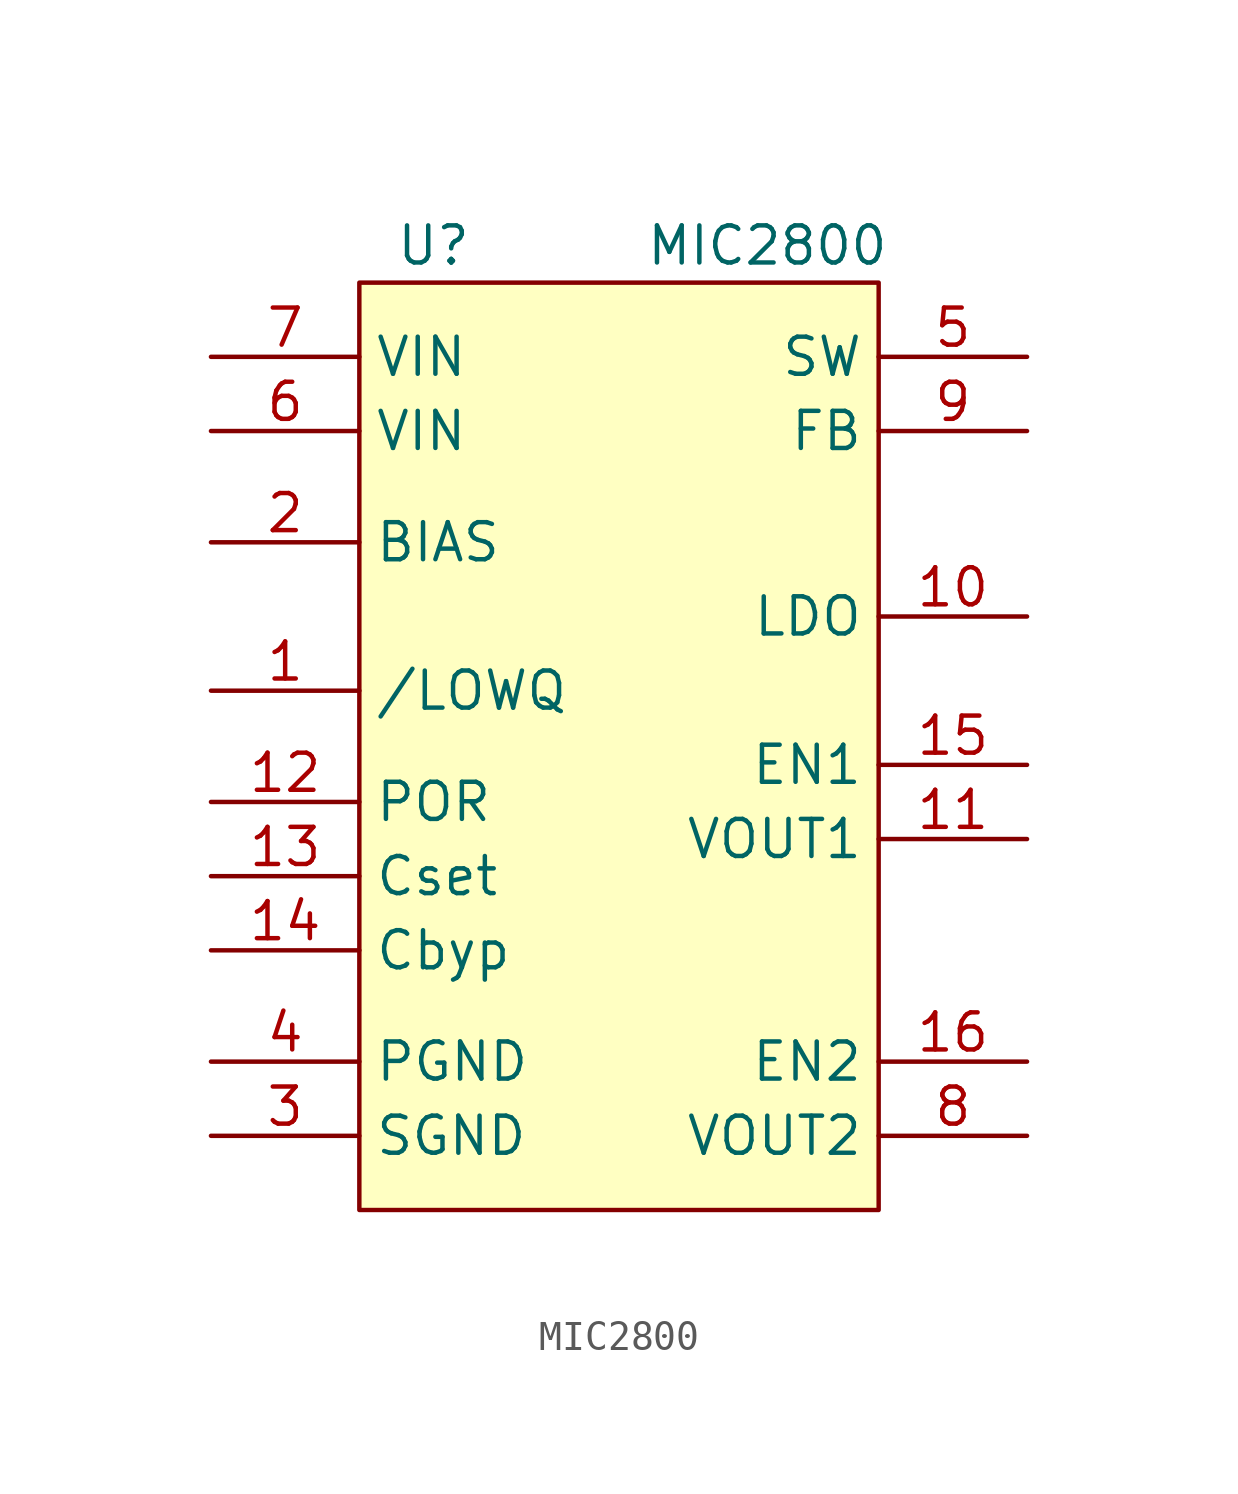
<source format=kicad_sym>
(kicad_symbol_lib
  (version 20211014)
  (generator kicad_symbol_editor)
  (symbol "MIC2800"
    (property "Reference" "U"
      (at 2.54 0 0)
      (effects (font (size 1.27 1.27))))
    (property "Value" "MIC2800"
      (at 13.97 0 0)
      (effects (font (size 1.27 1.27))))
    (symbol "MIC2800_0_1"
      (rectangle (start 0 -1.27) (end 17.78 -33.02) (stroke (width 0.152) (type default) (color 0 0 0 0)) (fill (type background))))
    (symbol "MIC2800_1_1"
      (pin passive line (at -5.08 -15.24 0) (length 5.08) (name "/LOWQ" (effects (font (size 1.27 1.27)))) (number "1" (effects (font (size 1.27 1.27)))))
      (pin passive line (at 22.86 -12.7 180) (length 5.08) (name "LDO" (effects (font (size 1.27 1.27)))) (number "10" (effects (font (size 1.27 1.27)))))
      (pin passive line (at 22.86 -20.32 180) (length 5.08) (name "VOUT1" (effects (font (size 1.27 1.27)))) (number "11" (effects (font (size 1.27 1.27)))))
      (pin passive line (at -5.08 -19.05 0) (length 5.08) (name "POR" (effects (font (size 1.27 1.27)))) (number "12" (effects (font (size 1.27 1.27)))))
      (pin passive line (at -5.08 -21.59 0) (length 5.08) (name "Cset" (effects (font (size 1.27 1.27)))) (number "13" (effects (font (size 1.27 1.27)))))
      (pin passive line (at -5.08 -24.13 0) (length 5.08) (name "Cbyp" (effects (font (size 1.27 1.27)))) (number "14" (effects (font (size 1.27 1.27)))))
      (pin passive line (at 22.86 -17.78 180) (length 5.08) (name "EN1" (effects (font (size 1.27 1.27)))) (number "15" (effects (font (size 1.27 1.27)))))
      (pin passive line (at 22.86 -27.94 180) (length 5.08) (name "EN2" (effects (font (size 1.27 1.27)))) (number "16" (effects (font (size 1.27 1.27)))))
      (pin passive line (at -5.08 -10.16 0) (length 5.08) (name "BIAS" (effects (font (size 1.27 1.27)))) (number "2" (effects (font (size 1.27 1.27)))))
      (pin passive line (at -5.08 -30.48 0) (length 5.08) (name "SGND" (effects (font (size 1.27 1.27)))) (number "3" (effects (font (size 1.27 1.27)))))
      (pin passive line (at -5.08 -27.94 0) (length 5.08) (name "PGND" (effects (font (size 1.27 1.27)))) (number "4" (effects (font (size 1.27 1.27)))))
      (pin passive line (at 22.86 -3.81 180) (length 5.08) (name "SW" (effects (font (size 1.27 1.27)))) (number "5" (effects (font (size 1.27 1.27)))))
      (pin power_in line (at -5.08 -6.35 0) (length 5.08) (name "VIN" (effects (font (size 1.27 1.27)))) (number "6" (effects (font (size 1.27 1.27)))))
      (pin power_in line (at -5.08 -3.81 0) (length 5.08) (name "VIN" (effects (font (size 1.27 1.27)))) (number "7" (effects (font (size 1.27 1.27)))))
      (pin passive line (at 22.86 -30.48 180) (length 5.08) (name "VOUT2" (effects (font (size 1.27 1.27)))) (number "8" (effects (font (size 1.27 1.27)))))
      (pin passive line (at 22.86 -6.35 180) (length 5.08) (name "FB" (effects (font (size 1.27 1.27)))) (number "9" (effects (font (size 1.27 1.27))))))))
</source>
